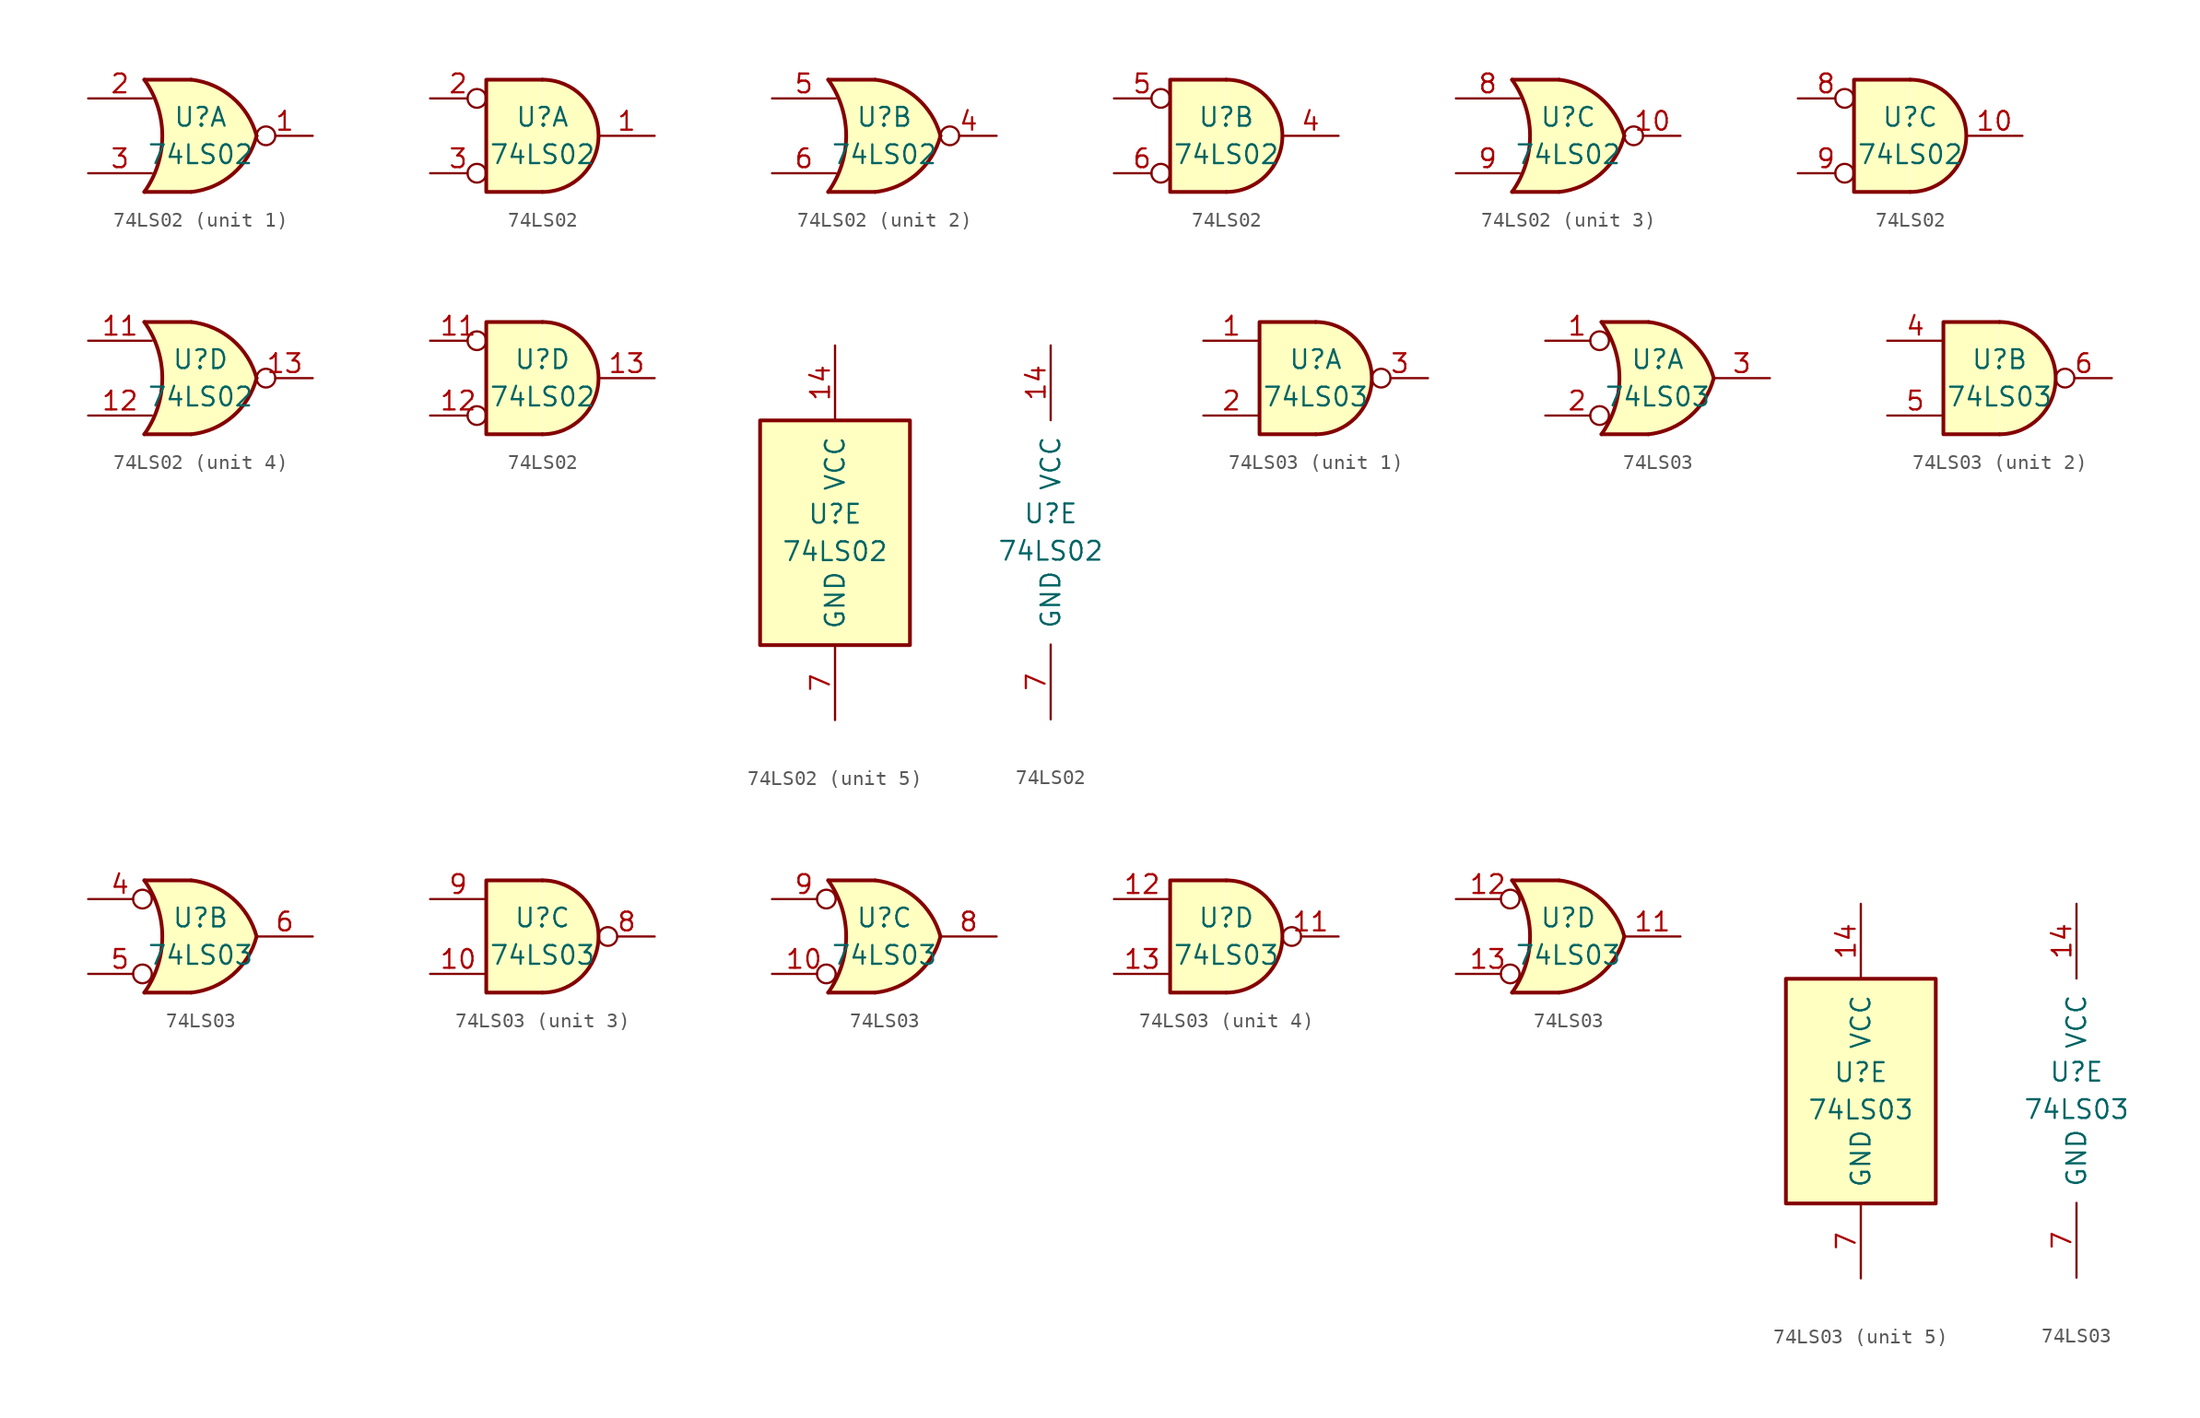
<source format=kicad_sym>
(kicad_symbol_lib
  (version 20201005)
  (generator kicad_symbol_editor)
  (symbol "74LS02"
    (pin_names
      (offset 1.016))
    (property "Reference" "U"
      (at 0 1.27 0)
      (effects (font (size 1.27 1.27))))
    (property "Value" "74LS02"
      (at 0 -1.27 0)
      (effects (font (size 1.27 1.27))))
    (property "ki_locked" ""
      (at 0 0 0)
      (effects (font (size 1.27 1.27))))
    (symbol "74LS02_1_1"
      (arc (start -3.81 3.81) (end -3.81 -3.81) (radius (at -9.144 0) (length 6.5532) (angles 35.4 -35.4)) (stroke (width 0.254)) (fill (type none)))
      (arc (start 3.81 0) (end -0.6096 3.81) (radius (at -1.1938 -1.3208) (length 5.1816) (angles 15 83.7)) (stroke (width 0.254)) (fill (type background)))
      (arc (start 3.81 0) (end -0.6096 -3.81) (radius (at -1.1938 1.3208) (length 5.1816) (angles -15 -83.7)) (stroke (width 0.254)) (fill (type background)))
      (polyline (pts (xy -3.81 -3.81) (xy -0.635 -3.81)) (stroke (width 0.254)) (fill (type background)))
      (polyline (pts (xy -3.81 3.81) (xy -0.635 3.81)) (stroke (width 0.254)) (fill (type background)))
      (polyline (pts (xy -0.635 3.81) (xy -3.81 3.81) (xy -3.81 3.81) (xy -3.556 3.404) (xy -3.023 2.261) (xy -2.692 1.041) (xy -2.616 -0.254) (xy -2.769 -1.499) (xy -3.175 -2.718) (xy -3.81 -3.81) (xy -3.81 -3.81) (xy -0.635 -3.81)) (stroke (width -25.4)) (fill (type background)))
      (pin output inverted (at 7.62 0 180) (length 3.81) (name "~" (effects (font (size 1.27 1.27)))) (number "1" (effects (font (size 1.27 1.27)))))
      (pin input line (at -7.62 2.54 0) (length 4.318) (name "~" (effects (font (size 1.27 1.27)))) (number "2" (effects (font (size 1.27 1.27)))))
      (pin input line (at -7.62 -2.54 0) (length 4.318) (name "~" (effects (font (size 1.27 1.27)))) (number "3" (effects (font (size 1.27 1.27))))))
    (symbol "74LS02_1_2"
      (arc (start 0 -3.81) (end 0 3.81) (radius (at 0 0) (length 3.81) (angles -89.9 89.9)) (stroke (width 0.254)) (fill (type background)))
      (polyline (pts (xy 0 3.81) (xy -3.81 3.81) (xy -3.81 -3.81) (xy 0 -3.81)) (stroke (width 0.254)) (fill (type background)))
      (pin output line (at 7.62 0 180) (length 3.81) (name "~" (effects (font (size 1.27 1.27)))) (number "1" (effects (font (size 1.27 1.27)))))
      (pin input inverted (at -7.62 2.54 0) (length 3.81) (name "~" (effects (font (size 1.27 1.27)))) (number "2" (effects (font (size 1.27 1.27)))))
      (pin input inverted (at -7.62 -2.54 0) (length 3.81) (name "~" (effects (font (size 1.27 1.27)))) (number "3" (effects (font (size 1.27 1.27))))))
    (symbol "74LS02_2_1"
      (arc (start -3.81 3.81) (end -3.81 -3.81) (radius (at -9.144 0) (length 6.5532) (angles 35.4 -35.4)) (stroke (width 0.254)) (fill (type none)))
      (arc (start 3.81 0) (end -0.6096 3.81) (radius (at -1.1938 -1.3208) (length 5.1816) (angles 15 83.7)) (stroke (width 0.254)) (fill (type background)))
      (arc (start 3.81 0) (end -0.6096 -3.81) (radius (at -1.1938 1.3208) (length 5.1816) (angles -15 -83.7)) (stroke (width 0.254)) (fill (type background)))
      (polyline (pts (xy -3.81 -3.81) (xy -0.635 -3.81)) (stroke (width 0.254)) (fill (type background)))
      (polyline (pts (xy -3.81 3.81) (xy -0.635 3.81)) (stroke (width 0.254)) (fill (type background)))
      (polyline (pts (xy -0.635 3.81) (xy -3.81 3.81) (xy -3.81 3.81) (xy -3.556 3.404) (xy -3.023 2.261) (xy -2.692 1.041) (xy -2.616 -0.254) (xy -2.769 -1.499) (xy -3.175 -2.718) (xy -3.81 -3.81) (xy -3.81 -3.81) (xy -0.635 -3.81)) (stroke (width -25.4)) (fill (type background)))
      (pin output inverted (at 7.62 0 180) (length 3.81) (name "~" (effects (font (size 1.27 1.27)))) (number "4" (effects (font (size 1.27 1.27)))))
      (pin input line (at -7.62 2.54 0) (length 4.318) (name "~" (effects (font (size 1.27 1.27)))) (number "5" (effects (font (size 1.27 1.27)))))
      (pin input line (at -7.62 -2.54 0) (length 4.318) (name "~" (effects (font (size 1.27 1.27)))) (number "6" (effects (font (size 1.27 1.27))))))
    (symbol "74LS02_2_2"
      (arc (start 0 -3.81) (end 0 3.81) (radius (at 0 0) (length 3.81) (angles -89.9 89.9)) (stroke (width 0.254)) (fill (type background)))
      (polyline (pts (xy 0 3.81) (xy -3.81 3.81) (xy -3.81 -3.81) (xy 0 -3.81)) (stroke (width 0.254)) (fill (type background)))
      (pin output line (at 7.62 0 180) (length 3.81) (name "~" (effects (font (size 1.27 1.27)))) (number "4" (effects (font (size 1.27 1.27)))))
      (pin input inverted (at -7.62 2.54 0) (length 3.81) (name "~" (effects (font (size 1.27 1.27)))) (number "5" (effects (font (size 1.27 1.27)))))
      (pin input inverted (at -7.62 -2.54 0) (length 3.81) (name "~" (effects (font (size 1.27 1.27)))) (number "6" (effects (font (size 1.27 1.27))))))
    (symbol "74LS02_3_1"
      (arc (start -3.81 3.81) (end -3.81 -3.81) (radius (at -9.144 0) (length 6.5532) (angles 35.4 -35.4)) (stroke (width 0.254)) (fill (type none)))
      (arc (start 3.81 0) (end -0.6096 3.81) (radius (at -1.1938 -1.3208) (length 5.1816) (angles 15 83.7)) (stroke (width 0.254)) (fill (type background)))
      (arc (start 3.81 0) (end -0.6096 -3.81) (radius (at -1.1938 1.3208) (length 5.1816) (angles -15 -83.7)) (stroke (width 0.254)) (fill (type background)))
      (polyline (pts (xy -3.81 -3.81) (xy -0.635 -3.81)) (stroke (width 0.254)) (fill (type background)))
      (polyline (pts (xy -3.81 3.81) (xy -0.635 3.81)) (stroke (width 0.254)) (fill (type background)))
      (polyline (pts (xy -0.635 3.81) (xy -3.81 3.81) (xy -3.81 3.81) (xy -3.556 3.404) (xy -3.023 2.261) (xy -2.692 1.041) (xy -2.616 -0.254) (xy -2.769 -1.499) (xy -3.175 -2.718) (xy -3.81 -3.81) (xy -3.81 -3.81) (xy -0.635 -3.81)) (stroke (width -25.4)) (fill (type background)))
      (pin output inverted (at 7.62 0 180) (length 3.81) (name "~" (effects (font (size 1.27 1.27)))) (number "10" (effects (font (size 1.27 1.27)))))
      (pin input line (at -7.62 2.54 0) (length 4.318) (name "~" (effects (font (size 1.27 1.27)))) (number "8" (effects (font (size 1.27 1.27)))))
      (pin input line (at -7.62 -2.54 0) (length 4.318) (name "~" (effects (font (size 1.27 1.27)))) (number "9" (effects (font (size 1.27 1.27))))))
    (symbol "74LS02_3_2"
      (arc (start 0 -3.81) (end 0 3.81) (radius (at 0 0) (length 3.81) (angles -89.9 89.9)) (stroke (width 0.254)) (fill (type background)))
      (polyline (pts (xy 0 3.81) (xy -3.81 3.81) (xy -3.81 -3.81) (xy 0 -3.81)) (stroke (width 0.254)) (fill (type background)))
      (pin output line (at 7.62 0 180) (length 3.81) (name "~" (effects (font (size 1.27 1.27)))) (number "10" (effects (font (size 1.27 1.27)))))
      (pin input inverted (at -7.62 2.54 0) (length 3.81) (name "~" (effects (font (size 1.27 1.27)))) (number "8" (effects (font (size 1.27 1.27)))))
      (pin input inverted (at -7.62 -2.54 0) (length 3.81) (name "~" (effects (font (size 1.27 1.27)))) (number "9" (effects (font (size 1.27 1.27))))))
    (symbol "74LS02_4_1"
      (arc (start -3.81 3.81) (end -3.81 -3.81) (radius (at -9.144 0) (length 6.5532) (angles 35.4 -35.4)) (stroke (width 0.254)) (fill (type none)))
      (arc (start 3.81 0) (end -0.6096 3.81) (radius (at -1.1938 -1.3208) (length 5.1816) (angles 15 83.7)) (stroke (width 0.254)) (fill (type background)))
      (arc (start 3.81 0) (end -0.6096 -3.81) (radius (at -1.1938 1.3208) (length 5.1816) (angles -15 -83.7)) (stroke (width 0.254)) (fill (type background)))
      (polyline (pts (xy -3.81 -3.81) (xy -0.635 -3.81)) (stroke (width 0.254)) (fill (type background)))
      (polyline (pts (xy -3.81 3.81) (xy -0.635 3.81)) (stroke (width 0.254)) (fill (type background)))
      (polyline (pts (xy -0.635 3.81) (xy -3.81 3.81) (xy -3.81 3.81) (xy -3.556 3.404) (xy -3.023 2.261) (xy -2.692 1.041) (xy -2.616 -0.254) (xy -2.769 -1.499) (xy -3.175 -2.718) (xy -3.81 -3.81) (xy -3.81 -3.81) (xy -0.635 -3.81)) (stroke (width -25.4)) (fill (type background)))
      (pin input line (at -7.62 2.54 0) (length 4.318) (name "~" (effects (font (size 1.27 1.27)))) (number "11" (effects (font (size 1.27 1.27)))))
      (pin input line (at -7.62 -2.54 0) (length 4.318) (name "~" (effects (font (size 1.27 1.27)))) (number "12" (effects (font (size 1.27 1.27)))))
      (pin output inverted (at 7.62 0 180) (length 3.81) (name "~" (effects (font (size 1.27 1.27)))) (number "13" (effects (font (size 1.27 1.27))))))
    (symbol "74LS02_4_2"
      (arc (start 0 -3.81) (end 0 3.81) (radius (at 0 0) (length 3.81) (angles -89.9 89.9)) (stroke (width 0.254)) (fill (type background)))
      (polyline (pts (xy 0 3.81) (xy -3.81 3.81) (xy -3.81 -3.81) (xy 0 -3.81)) (stroke (width 0.254)) (fill (type background)))
      (pin input inverted (at -7.62 2.54 0) (length 3.81) (name "~" (effects (font (size 1.27 1.27)))) (number "11" (effects (font (size 1.27 1.27)))))
      (pin input inverted (at -7.62 -2.54 0) (length 3.81) (name "~" (effects (font (size 1.27 1.27)))) (number "12" (effects (font (size 1.27 1.27)))))
      (pin output line (at 7.62 0 180) (length 3.81) (name "~" (effects (font (size 1.27 1.27)))) (number "13" (effects (font (size 1.27 1.27))))))
    (symbol "74LS02_5_0"
      (pin power_in line (at 0 12.7 270) (length 5.08) (name "VCC" (effects (font (size 1.27 1.27)))) (number "14" (effects (font (size 1.27 1.27)))))
      (pin power_in line (at 0 -12.7 90) (length 5.08) (name "GND" (effects (font (size 1.27 1.27)))) (number "7" (effects (font (size 1.27 1.27))))))
    (symbol "74LS02_5_1"
      (rectangle (start -5.08 7.62) (end 5.08 -7.62) (stroke (width 0.254)) (fill (type background)))))
  (symbol "74LS03"
    (pin_names
      (offset 1.016))
    (property "Reference" "U"
      (at 0 1.27 0)
      (effects (font (size 1.27 1.27))))
    (property "Value" "74LS03"
      (at 0 -1.27 0)
      (effects (font (size 1.27 1.27))))
    (property "ki_locked" ""
      (at 0 0 0)
      (effects (font (size 1.27 1.27))))
    (symbol "74LS03_1_1"
      (arc (start 0 -3.81) (end 0 3.81) (radius (at 0 0) (length 3.81) (angles -89.9 89.9)) (stroke (width 0.254)) (fill (type background)))
      (polyline (pts (xy 0 3.81) (xy -3.81 3.81) (xy -3.81 -3.81) (xy 0 -3.81)) (stroke (width 0.254)) (fill (type background)))
      (pin input line (at -7.62 2.54 0) (length 3.81) (name "~" (effects (font (size 1.27 1.27)))) (number "1" (effects (font (size 1.27 1.27)))))
      (pin input line (at -7.62 -2.54 0) (length 3.81) (name "~" (effects (font (size 1.27 1.27)))) (number "2" (effects (font (size 1.27 1.27)))))
      (pin open_collector inverted (at 7.62 0 180) (length 3.81) (name "~" (effects (font (size 1.27 1.27)))) (number "3" (effects (font (size 1.27 1.27))))))
    (symbol "74LS03_1_2"
      (arc (start -3.81 3.81) (end -3.81 -3.81) (radius (at -9.144 0) (length 6.5532) (angles 35.4 -35.4)) (stroke (width 0.254)) (fill (type none)))
      (arc (start 3.81 0) (end -0.6096 3.81) (radius (at -1.1938 -1.3208) (length 5.1816) (angles 15 83.7)) (stroke (width 0.254)) (fill (type background)))
      (arc (start 3.81 0) (end -0.6096 -3.81) (radius (at -1.1938 1.3208) (length 5.1816) (angles -15 -83.7)) (stroke (width 0.254)) (fill (type background)))
      (polyline (pts (xy -3.81 -3.81) (xy -0.635 -3.81)) (stroke (width 0.254)) (fill (type background)))
      (polyline (pts (xy -3.81 3.81) (xy -0.635 3.81)) (stroke (width 0.254)) (fill (type background)))
      (polyline (pts (xy -0.635 3.81) (xy -3.81 3.81) (xy -3.81 3.81) (xy -3.556 3.404) (xy -3.023 2.261) (xy -2.692 1.041) (xy -2.616 -0.254) (xy -2.769 -1.499) (xy -3.175 -2.718) (xy -3.81 -3.81) (xy -3.81 -3.81) (xy -0.635 -3.81)) (stroke (width -25.4)) (fill (type background)))
      (pin input inverted (at -7.62 2.54 0) (length 4.318) (name "~" (effects (font (size 1.27 1.27)))) (number "1" (effects (font (size 1.27 1.27)))))
      (pin input inverted (at -7.62 -2.54 0) (length 4.318) (name "~" (effects (font (size 1.27 1.27)))) (number "2" (effects (font (size 1.27 1.27)))))
      (pin open_collector line (at 7.62 0 180) (length 3.81) (name "~" (effects (font (size 1.27 1.27)))) (number "3" (effects (font (size 1.27 1.27))))))
    (symbol "74LS03_2_1"
      (arc (start 0 -3.81) (end 0 3.81) (radius (at 0 0) (length 3.81) (angles -89.9 89.9)) (stroke (width 0.254)) (fill (type background)))
      (polyline (pts (xy 0 3.81) (xy -3.81 3.81) (xy -3.81 -3.81) (xy 0 -3.81)) (stroke (width 0.254)) (fill (type background)))
      (pin input line (at -7.62 2.54 0) (length 3.81) (name "~" (effects (font (size 1.27 1.27)))) (number "4" (effects (font (size 1.27 1.27)))))
      (pin input line (at -7.62 -2.54 0) (length 3.81) (name "~" (effects (font (size 1.27 1.27)))) (number "5" (effects (font (size 1.27 1.27)))))
      (pin open_collector inverted (at 7.62 0 180) (length 3.81) (name "~" (effects (font (size 1.27 1.27)))) (number "6" (effects (font (size 1.27 1.27))))))
    (symbol "74LS03_2_2"
      (arc (start -3.81 3.81) (end -3.81 -3.81) (radius (at -9.144 0) (length 6.5532) (angles 35.4 -35.4)) (stroke (width 0.254)) (fill (type none)))
      (arc (start 3.81 0) (end -0.6096 3.81) (radius (at -1.1938 -1.3208) (length 5.1816) (angles 15 83.7)) (stroke (width 0.254)) (fill (type background)))
      (arc (start 3.81 0) (end -0.6096 -3.81) (radius (at -1.1938 1.3208) (length 5.1816) (angles -15 -83.7)) (stroke (width 0.254)) (fill (type background)))
      (polyline (pts (xy -3.81 -3.81) (xy -0.635 -3.81)) (stroke (width 0.254)) (fill (type background)))
      (polyline (pts (xy -3.81 3.81) (xy -0.635 3.81)) (stroke (width 0.254)) (fill (type background)))
      (polyline (pts (xy -0.635 3.81) (xy -3.81 3.81) (xy -3.81 3.81) (xy -3.556 3.404) (xy -3.023 2.261) (xy -2.692 1.041) (xy -2.616 -0.254) (xy -2.769 -1.499) (xy -3.175 -2.718) (xy -3.81 -3.81) (xy -3.81 -3.81) (xy -0.635 -3.81)) (stroke (width -25.4)) (fill (type background)))
      (pin input inverted (at -7.62 2.54 0) (length 4.318) (name "~" (effects (font (size 1.27 1.27)))) (number "4" (effects (font (size 1.27 1.27)))))
      (pin input inverted (at -7.62 -2.54 0) (length 4.318) (name "~" (effects (font (size 1.27 1.27)))) (number "5" (effects (font (size 1.27 1.27)))))
      (pin open_collector line (at 7.62 0 180) (length 3.81) (name "~" (effects (font (size 1.27 1.27)))) (number "6" (effects (font (size 1.27 1.27))))))
    (symbol "74LS03_3_1"
      (arc (start 0 -3.81) (end 0 3.81) (radius (at 0 0) (length 3.81) (angles -89.9 89.9)) (stroke (width 0.254)) (fill (type background)))
      (polyline (pts (xy 0 3.81) (xy -3.81 3.81) (xy -3.81 -3.81) (xy 0 -3.81)) (stroke (width 0.254)) (fill (type background)))
      (pin input line (at -7.62 -2.54 0) (length 3.81) (name "~" (effects (font (size 1.27 1.27)))) (number "10" (effects (font (size 1.27 1.27)))))
      (pin open_collector inverted (at 7.62 0 180) (length 3.81) (name "~" (effects (font (size 1.27 1.27)))) (number "8" (effects (font (size 1.27 1.27)))))
      (pin input line (at -7.62 2.54 0) (length 3.81) (name "~" (effects (font (size 1.27 1.27)))) (number "9" (effects (font (size 1.27 1.27))))))
    (symbol "74LS03_3_2"
      (arc (start -3.81 3.81) (end -3.81 -3.81) (radius (at -9.144 0) (length 6.5532) (angles 35.4 -35.4)) (stroke (width 0.254)) (fill (type none)))
      (arc (start 3.81 0) (end -0.6096 3.81) (radius (at -1.1938 -1.3208) (length 5.1816) (angles 15 83.7)) (stroke (width 0.254)) (fill (type background)))
      (arc (start 3.81 0) (end -0.6096 -3.81) (radius (at -1.1938 1.3208) (length 5.1816) (angles -15 -83.7)) (stroke (width 0.254)) (fill (type background)))
      (polyline (pts (xy -3.81 -3.81) (xy -0.635 -3.81)) (stroke (width 0.254)) (fill (type background)))
      (polyline (pts (xy -3.81 3.81) (xy -0.635 3.81)) (stroke (width 0.254)) (fill (type background)))
      (polyline (pts (xy -0.635 3.81) (xy -3.81 3.81) (xy -3.81 3.81) (xy -3.556 3.404) (xy -3.023 2.261) (xy -2.692 1.041) (xy -2.616 -0.254) (xy -2.769 -1.499) (xy -3.175 -2.718) (xy -3.81 -3.81) (xy -3.81 -3.81) (xy -0.635 -3.81)) (stroke (width -25.4)) (fill (type background)))
      (pin input inverted (at -7.62 -2.54 0) (length 4.318) (name "~" (effects (font (size 1.27 1.27)))) (number "10" (effects (font (size 1.27 1.27)))))
      (pin open_collector line (at 7.62 0 180) (length 3.81) (name "~" (effects (font (size 1.27 1.27)))) (number "8" (effects (font (size 1.27 1.27)))))
      (pin input inverted (at -7.62 2.54 0) (length 4.318) (name "~" (effects (font (size 1.27 1.27)))) (number "9" (effects (font (size 1.27 1.27))))))
    (symbol "74LS03_4_1"
      (arc (start 0 -3.81) (end 0 3.81) (radius (at 0 0) (length 3.81) (angles -89.9 89.9)) (stroke (width 0.254)) (fill (type background)))
      (polyline (pts (xy 0 3.81) (xy -3.81 3.81) (xy -3.81 -3.81) (xy 0 -3.81)) (stroke (width 0.254)) (fill (type background)))
      (pin open_collector inverted (at 7.62 0 180) (length 3.81) (name "~" (effects (font (size 1.27 1.27)))) (number "11" (effects (font (size 1.27 1.27)))))
      (pin input line (at -7.62 2.54 0) (length 3.81) (name "~" (effects (font (size 1.27 1.27)))) (number "12" (effects (font (size 1.27 1.27)))))
      (pin input line (at -7.62 -2.54 0) (length 3.81) (name "~" (effects (font (size 1.27 1.27)))) (number "13" (effects (font (size 1.27 1.27))))))
    (symbol "74LS03_4_2"
      (arc (start -3.81 3.81) (end -3.81 -3.81) (radius (at -9.144 0) (length 6.5532) (angles 35.4 -35.4)) (stroke (width 0.254)) (fill (type none)))
      (arc (start 3.81 0) (end -0.6096 3.81) (radius (at -1.1938 -1.3208) (length 5.1816) (angles 15 83.7)) (stroke (width 0.254)) (fill (type background)))
      (arc (start 3.81 0) (end -0.6096 -3.81) (radius (at -1.1938 1.3208) (length 5.1816) (angles -15 -83.7)) (stroke (width 0.254)) (fill (type background)))
      (polyline (pts (xy -3.81 -3.81) (xy -0.635 -3.81)) (stroke (width 0.254)) (fill (type background)))
      (polyline (pts (xy -3.81 3.81) (xy -0.635 3.81)) (stroke (width 0.254)) (fill (type background)))
      (polyline (pts (xy -0.635 3.81) (xy -3.81 3.81) (xy -3.81 3.81) (xy -3.556 3.404) (xy -3.023 2.261) (xy -2.692 1.041) (xy -2.616 -0.254) (xy -2.769 -1.499) (xy -3.175 -2.718) (xy -3.81 -3.81) (xy -3.81 -3.81) (xy -0.635 -3.81)) (stroke (width -25.4)) (fill (type background)))
      (pin open_collector line (at 7.62 0 180) (length 3.81) (name "~" (effects (font (size 1.27 1.27)))) (number "11" (effects (font (size 1.27 1.27)))))
      (pin input inverted (at -7.62 2.54 0) (length 4.318) (name "~" (effects (font (size 1.27 1.27)))) (number "12" (effects (font (size 1.27 1.27)))))
      (pin input inverted (at -7.62 -2.54 0) (length 4.318) (name "~" (effects (font (size 1.27 1.27)))) (number "13" (effects (font (size 1.27 1.27))))))
    (symbol "74LS03_5_0"
      (pin power_in line (at 0 12.7 270) (length 5.08) (name "VCC" (effects (font (size 1.27 1.27)))) (number "14" (effects (font (size 1.27 1.27)))))
      (pin power_in line (at 0 -12.7 90) (length 5.08) (name "GND" (effects (font (size 1.27 1.27)))) (number "7" (effects (font (size 1.27 1.27))))))
    (symbol "74LS03_5_1"
      (rectangle (start -5.08 7.62) (end 5.08 -7.62) (stroke (width 0.254)) (fill (type background))))))
</source>
